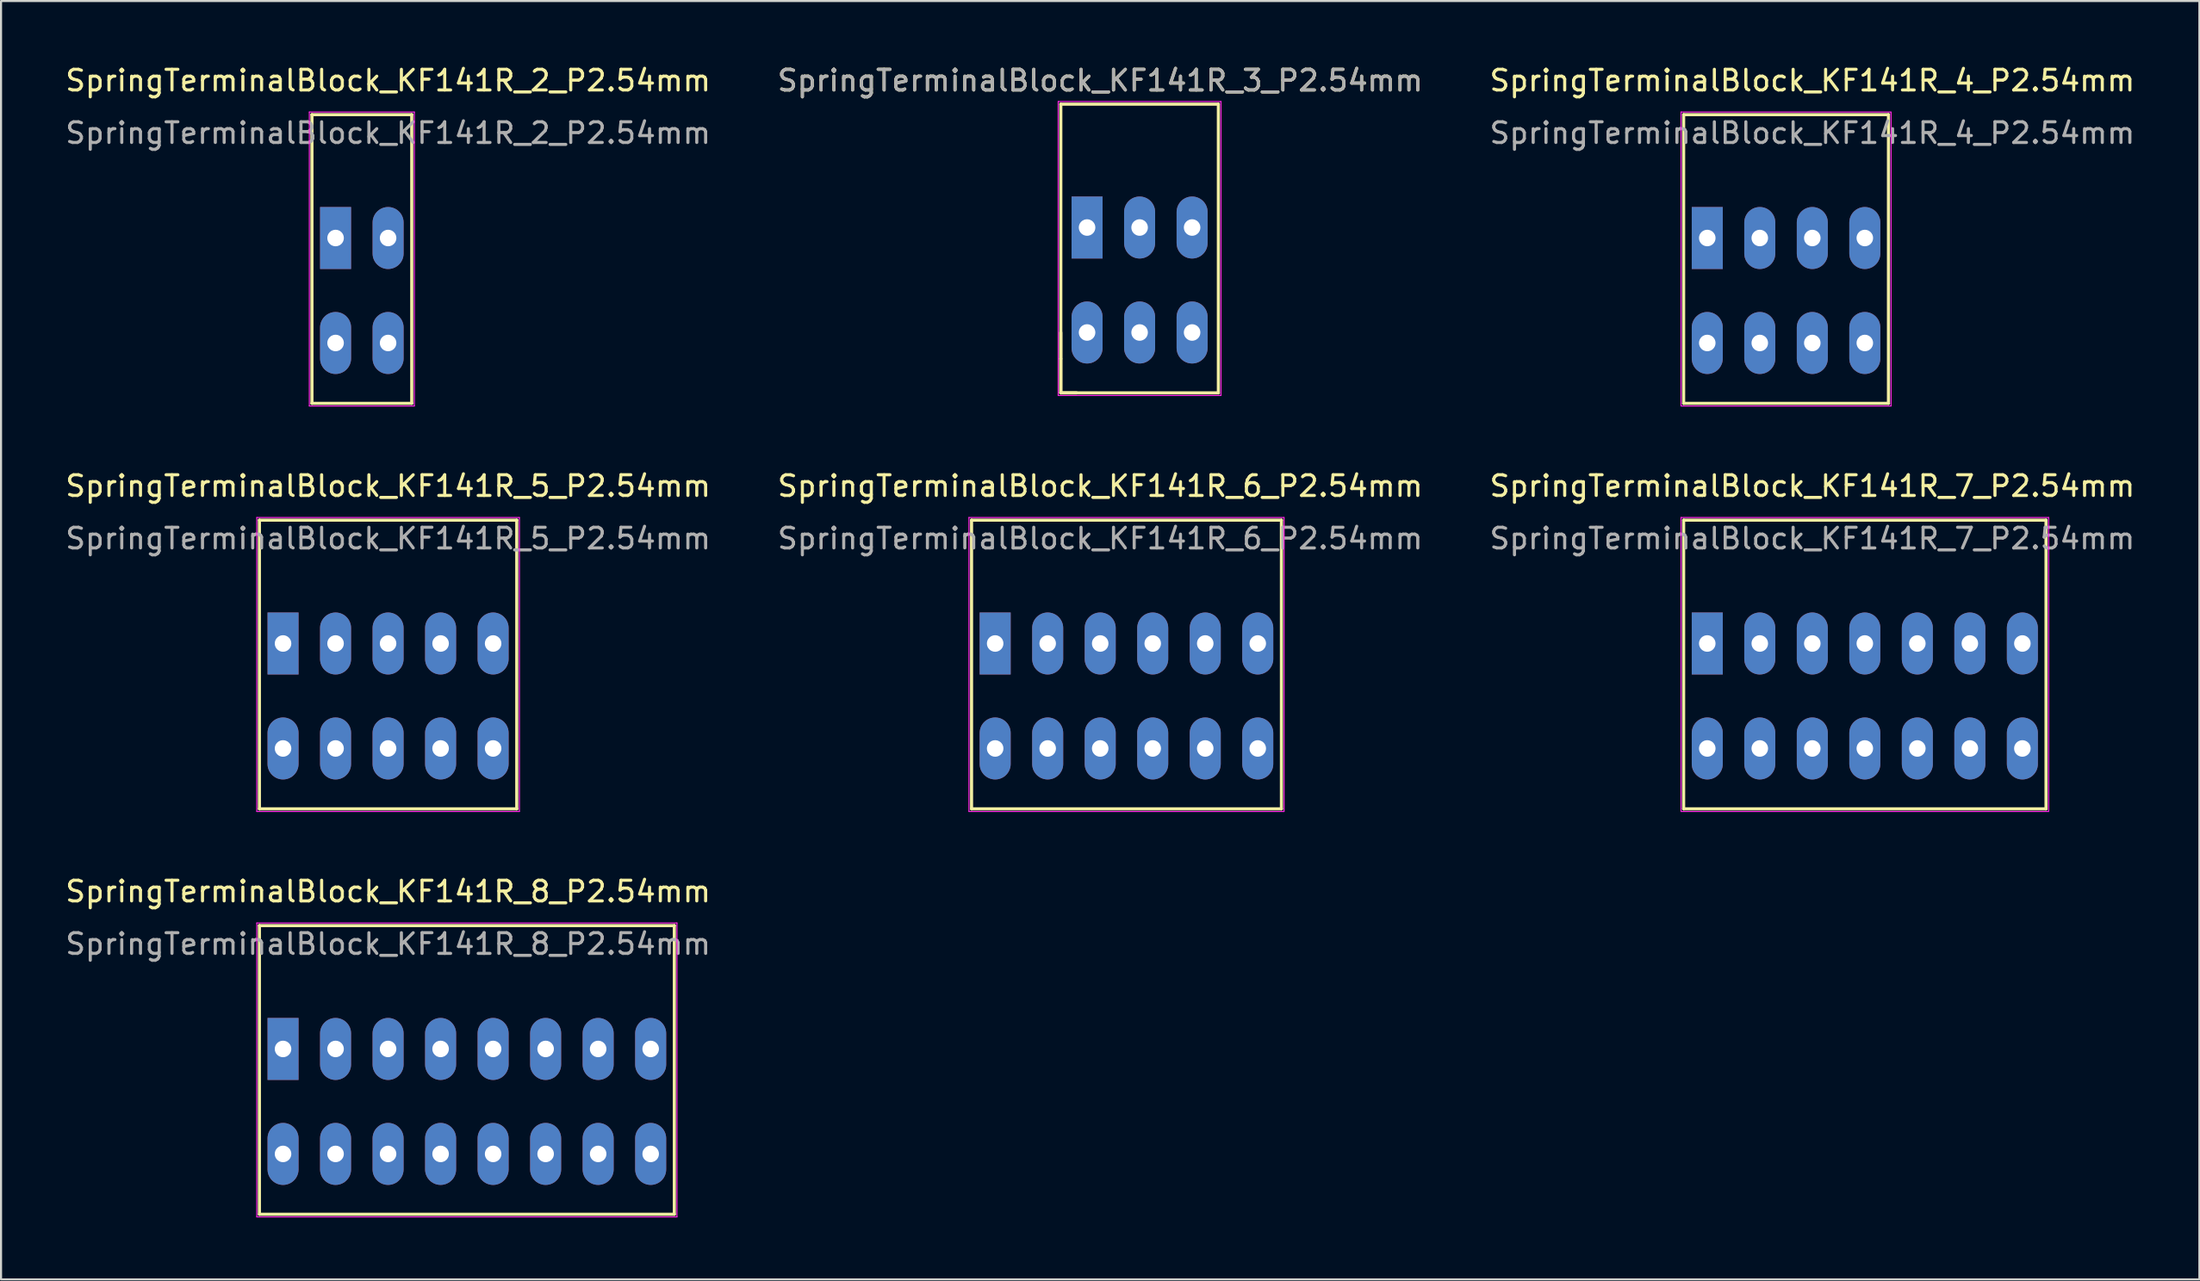
<source format=kicad_pcb>
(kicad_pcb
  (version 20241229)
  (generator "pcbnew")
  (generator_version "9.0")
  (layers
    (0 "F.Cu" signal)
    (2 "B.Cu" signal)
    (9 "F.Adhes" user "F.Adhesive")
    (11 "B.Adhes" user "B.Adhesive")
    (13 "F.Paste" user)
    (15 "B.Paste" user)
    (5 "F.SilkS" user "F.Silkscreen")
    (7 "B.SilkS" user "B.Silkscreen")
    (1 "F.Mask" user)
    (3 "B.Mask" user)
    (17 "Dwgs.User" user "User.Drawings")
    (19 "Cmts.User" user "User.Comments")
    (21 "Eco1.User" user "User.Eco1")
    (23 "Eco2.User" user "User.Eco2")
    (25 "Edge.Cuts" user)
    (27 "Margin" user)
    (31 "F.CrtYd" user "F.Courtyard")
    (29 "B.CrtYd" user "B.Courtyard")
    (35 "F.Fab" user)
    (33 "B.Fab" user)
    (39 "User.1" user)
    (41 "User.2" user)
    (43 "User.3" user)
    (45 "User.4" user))
  (footprint "SpringTerminalBlock_KF141R_3_P2.54mm"
    (layer "F.Cu")
    (at 52.002 10.5)
    (property "Reference" "SpringTerminalBlock_KF141R_3_P2.54mm" (at -1.841 -9.652 0) (layer "F.SilkS") (effects (font (size 1 1) (thickness 0.15))))
    (attr through_hole)
    (fp_line (start -3.747 2.54) (end -3.747 3.81) (stroke (width 0.15) (type solid)) (layer "F.SilkS"))
    (fp_line (start -3.747 3.81) (end -3.747 5.461) (stroke (width 0.15) (type solid)) (layer "F.SilkS"))
    (fp_line (start -3.747 5.461) (end -3.747 -8.509) (stroke (width 0.15) (type solid)) (layer "F.SilkS"))
    (fp_line (start -3.747 5.461) (end -2.985 5.461) (stroke (width 0.15) (type solid)) (layer "F.SilkS"))
    (fp_line (start 3.873 -8.509) (end -3.747 -8.509) (stroke (width 0.15) (type solid)) (layer "F.SilkS"))
    (fp_line (start 3.873 5.461) (end -3.747 5.461) (stroke (width 0.15) (type solid)) (layer "F.SilkS"))
    (fp_line (start 3.873 5.461) (end 3.873 -8.509) (stroke (width 0.15) (type solid)) (layer "F.SilkS"))
    (fp_line (start -3.873 -8.636) (end 4 -8.636) (stroke (width 0.05) (type solid)) (layer "F.CrtYd"))
    (fp_line (start -3.873 5.588) (end -3.873 -8.636) (stroke (width 0.05) (type solid)) (layer "F.CrtYd"))
    (fp_line (start 4 -8.636) (end 4 5.524) (stroke (width 0.05) (type solid)) (layer "F.CrtYd"))
    (fp_line (start 4 5.524) (end 4 5.588) (stroke (width 0.05) (type solid)) (layer "F.CrtYd"))
    (fp_line (start 4 5.588) (end -3.873 5.588) (stroke (width 0.05) (type solid)) (layer "F.CrtYd"))
    (fp_text user "${REFERENCE}" (at -1.841 -9.652 0) (layer "F.Fab") (effects (font (size 1 1) (thickness 0.15))))
    (pad "1" thru_hole rect (at -2.477 -2.54) (size 1.5 3) (drill 0.8) (layers "*.Cu" "*.Mask"))
    (pad "1" thru_hole oval (at -2.477 2.54) (size 1.5 3) (drill 0.8) (layers "*.Cu" "*.Mask"))
    (pad "2" thru_hole oval (at 0.064 -2.54) (size 1.5 3) (drill 0.8) (layers "*.Cu" "*.Mask"))
    (pad "2" thru_hole oval (at 0.064 2.54) (size 1.5 3) (drill 0.8) (layers "*.Cu" "*.Mask"))
    (pad "3" thru_hole oval (at 2.603 -2.54) (size 1.5 3) (drill 0.8) (layers "*.Cu" "*.Mask"))
    (pad "3" thru_hole oval (at 2.603 2.54) (size 1.5 3) (drill 0.8) (layers "*.Cu" "*.Mask")))
  (footprint "SpringTerminalBlock_KF141R_8_P2.54mm"
    (layer "F.Cu")
    (at 15.72 47.711)
    (property "Reference" "SpringTerminalBlock_KF141R_8_P2.54mm" (at 0 -7.62 0) (layer "F.SilkS") (effects (font (size 1 1) (thickness 0.15))))
    (attr through_hole)
    (fp_line (start -6.223 -5.969) (end 13.843 -5.969) (stroke (width 0.15) (type solid)) (layer "F.SilkS"))
    (fp_line (start -6.223 8.001) (end -6.223 -5.969) (stroke (width 0.15) (type solid)) (layer "F.SilkS"))
    (fp_line (start 13.843 -5.969) (end 13.843 8.001) (stroke (width 0.15) (type solid)) (layer "F.SilkS"))
    (fp_line (start 13.843 8.001) (end -6.223 8.001) (stroke (width 0.15) (type solid)) (layer "F.SilkS"))
    (fp_line (start -6.35 -6.096) (end -6.35 8.128) (stroke (width 0.05) (type solid)) (layer "F.CrtYd"))
    (fp_line (start 13.97 -6.096) (end -6.35 -6.096) (stroke (width 0.05) (type solid)) (layer "F.CrtYd"))
    (fp_line (start 13.97 -6.096) (end 13.97 8.128) (stroke (width 0.05) (type solid)) (layer "F.CrtYd"))
    (fp_line (start 13.97 8.128) (end -6.35 8.128) (stroke (width 0.05) (type solid)) (layer "F.CrtYd"))
    (fp_text user "${REFERENCE}" (at 0 -5.08 0) (layer "F.Fab") (effects (font (size 1 1) (thickness 0.15))))
    (pad "1" thru_hole rect (at -5.081 0) (size 1.5 3) (drill 0.8) (layers "*.Cu" "*.Mask"))
    (pad "1" thru_hole oval (at -5.081 5.08) (size 1.5 3) (drill 0.8) (layers "*.Cu" "*.Mask"))
    (pad "2" thru_hole oval (at -2.541 0) (size 1.5 3) (drill 0.8) (layers "*.Cu" "*.Mask"))
    (pad "2" thru_hole oval (at -2.541 5.08) (size 1.5 3) (drill 0.8) (layers "*.Cu" "*.Mask"))
    (pad "3" thru_hole oval (at -0.001 0) (size 1.5 3) (drill 0.8) (layers "*.Cu" "*.Mask"))
    (pad "3" thru_hole oval (at -0.001 5.08) (size 1.5 3) (drill 0.8) (layers "*.Cu" "*.Mask"))
    (pad "4" thru_hole oval (at 2.539 0) (size 1.5 3) (drill 0.8) (layers "*.Cu" "*.Mask"))
    (pad "4" thru_hole oval (at 2.539 5.08) (size 1.5 3) (drill 0.8) (layers "*.Cu" "*.Mask"))
    (pad "5" thru_hole oval (at 5.079 0) (size 1.5 3) (drill 0.8) (layers "*.Cu" "*.Mask"))
    (pad "5" thru_hole oval (at 5.079 5.08) (size 1.5 3) (drill 0.8) (layers "*.Cu" "*.Mask"))
    (pad "6" thru_hole oval (at 7.619 0) (size 1.5 3) (drill 0.8) (layers "*.Cu" "*.Mask"))
    (pad "6" thru_hole oval (at 7.619 5.08) (size 1.5 3) (drill 0.8) (layers "*.Cu" "*.Mask"))
    (pad "7" thru_hole oval (at 10.159 0) (size 1.5 3) (drill 0.8) (layers "*.Cu" "*.Mask"))
    (pad "7" thru_hole oval (at 10.159 5.08) (size 1.5 3) (drill 0.8) (layers "*.Cu" "*.Mask"))
    (pad "8" thru_hole oval (at 12.699 0) (size 1.5 3) (drill 0.8) (layers "*.Cu" "*.Mask"))
    (pad "8" thru_hole oval (at 12.699 5.08) (size 1.5 3) (drill 0.8) (layers "*.Cu" "*.Mask")))
  (footprint "SpringTerminalBlock_KF141R_5_P2.54mm"
    (layer "F.Cu")
    (at 15.72 28.09)
    (property "Reference" "SpringTerminalBlock_KF141R_5_P2.54mm" (at 0 -7.62 0) (layer "F.SilkS") (effects (font (size 1 1) (thickness 0.15))))
    (attr through_hole)
    (fp_line (start -6.223 -5.969) (end 6.223 -5.969) (stroke (width 0.15) (type solid)) (layer "F.SilkS"))
    (fp_line (start -6.223 8.001) (end -6.223 -5.969) (stroke (width 0.15) (type solid)) (layer "F.SilkS"))
    (fp_line (start 6.222 8.001) (end 6.222 -5.969) (stroke (width 0.15) (type solid)) (layer "F.SilkS"))
    (fp_line (start 6.223 8.001) (end -6.223 8.001) (stroke (width 0.15) (type solid)) (layer "F.SilkS"))
    (fp_line (start -6.35 -6.096) (end -6.35 8.128) (stroke (width 0.05) (type solid)) (layer "F.CrtYd"))
    (fp_line (start -6.35 -6.096) (end 6.35 -6.096) (stroke (width 0.05) (type solid)) (layer "F.CrtYd"))
    (fp_line (start -6.35 8.128) (end 6.35 8.128) (stroke (width 0.05) (type solid)) (layer "F.CrtYd"))
    (fp_line (start 6.35 -6.096) (end 6.35 8.128) (stroke (width 0.05) (type solid)) (layer "F.CrtYd"))
    (fp_text user "${REFERENCE}" (at 0 -5.08 0) (layer "F.Fab") (effects (font (size 1 1) (thickness 0.15))))
    (pad "1" thru_hole rect (at -5.081 0) (size 1.5 3) (drill 0.8) (layers "*.Cu" "*.Mask"))
    (pad "1" thru_hole oval (at -5.081 5.08) (size 1.5 3) (drill 0.8) (layers "*.Cu" "*.Mask"))
    (pad "2" thru_hole oval (at -2.541 0) (size 1.5 3) (drill 0.8) (layers "*.Cu" "*.Mask"))
    (pad "2" thru_hole oval (at -2.541 5.08) (size 1.5 3) (drill 0.8) (layers "*.Cu" "*.Mask"))
    (pad "3" thru_hole oval (at -0.001 0) (size 1.5 3) (drill 0.8) (layers "*.Cu" "*.Mask"))
    (pad "3" thru_hole oval (at -0.001 5.08) (size 1.5 3) (drill 0.8) (layers "*.Cu" "*.Mask"))
    (pad "4" thru_hole oval (at 2.539 0) (size 1.5 3) (drill 0.8) (layers "*.Cu" "*.Mask"))
    (pad "4" thru_hole oval (at 2.539 5.08) (size 1.5 3) (drill 0.8) (layers "*.Cu" "*.Mask"))
    (pad "5" thru_hole oval (at 5.079 0) (size 1.5 3) (drill 0.8) (layers "*.Cu" "*.Mask"))
    (pad "5" thru_hole oval (at 5.079 5.08) (size 1.5 3) (drill 0.8) (layers "*.Cu" "*.Mask")))
  (footprint "SpringTerminalBlock_KF141R_7_P2.54mm"
    (layer "F.Cu")
    (at 84.601 28.09)
    (property "Reference" "SpringTerminalBlock_KF141R_7_P2.54mm" (at 0 -7.62 0) (layer "F.SilkS") (effects (font (size 1 1) (thickness 0.15))))
    (attr through_hole)
    (fp_line (start -6.223 8.001) (end -6.223 -5.969) (stroke (width 0.15) (type solid)) (layer "F.SilkS"))
    (fp_line (start -6.223 8.001) (end 11.303 8.001) (stroke (width 0.15) (type solid)) (layer "F.SilkS"))
    (fp_line (start 11.303 -5.969) (end -6.223 -5.969) (stroke (width 0.15) (type solid)) (layer "F.SilkS"))
    (fp_line (start 11.303 -5.969) (end 11.303 8.001) (stroke (width 0.15) (type solid)) (layer "F.SilkS"))
    (fp_line (start -6.35 -6.096) (end -6.35 8.128) (stroke (width 0.05) (type solid)) (layer "F.CrtYd"))
    (fp_line (start -6.35 -6.096) (end 11.43 -6.096) (stroke (width 0.05) (type solid)) (layer "F.CrtYd"))
    (fp_line (start -6.35 8.128) (end 11.43 8.128) (stroke (width 0.05) (type solid)) (layer "F.CrtYd"))
    (fp_line (start 11.43 -6.096) (end 11.43 8.128) (stroke (width 0.05) (type solid)) (layer "F.CrtYd"))
    (fp_text user "${REFERENCE}" (at 0 -5.08 0) (layer "F.Fab") (effects (font (size 1 1) (thickness 0.15))))
    (pad "1" thru_hole rect (at -5.081 0) (size 1.5 3) (drill 0.8) (layers "*.Cu" "*.Mask"))
    (pad "1" thru_hole oval (at -5.081 5.08) (size 1.5 3) (drill 0.8) (layers "*.Cu" "*.Mask"))
    (pad "2" thru_hole oval (at -2.541 0) (size 1.5 3) (drill 0.8) (layers "*.Cu" "*.Mask"))
    (pad "2" thru_hole oval (at -2.541 5.08) (size 1.5 3) (drill 0.8) (layers "*.Cu" "*.Mask"))
    (pad "3" thru_hole oval (at -0.001 0) (size 1.5 3) (drill 0.8) (layers "*.Cu" "*.Mask"))
    (pad "3" thru_hole oval (at -0.001 5.08) (size 1.5 3) (drill 0.8) (layers "*.Cu" "*.Mask"))
    (pad "4" thru_hole oval (at 2.539 0) (size 1.5 3) (drill 0.8) (layers "*.Cu" "*.Mask"))
    (pad "4" thru_hole oval (at 2.539 5.08) (size 1.5 3) (drill 0.8) (layers "*.Cu" "*.Mask"))
    (pad "5" thru_hole oval (at 5.079 0) (size 1.5 3) (drill 0.8) (layers "*.Cu" "*.Mask"))
    (pad "5" thru_hole oval (at 5.079 5.08) (size 1.5 3) (drill 0.8) (layers "*.Cu" "*.Mask"))
    (pad "6" thru_hole oval (at 7.619 0) (size 1.5 3) (drill 0.8) (layers "*.Cu" "*.Mask"))
    (pad "6" thru_hole oval (at 7.619 5.08) (size 1.5 3) (drill 0.8) (layers "*.Cu" "*.Mask"))
    (pad "7" thru_hole oval (at 10.159 0) (size 1.5 3) (drill 0.8) (layers "*.Cu" "*.Mask"))
    (pad "7" thru_hole oval (at 10.159 5.08) (size 1.5 3) (drill 0.8) (layers "*.Cu" "*.Mask")))
  (footprint "SpringTerminalBlock_KF141R_4_P2.54mm"
    (layer "F.Cu")
    (at 84.601 8.468)
    (property "Reference" "SpringTerminalBlock_KF141R_4_P2.54mm" (at 0 -7.62 0) (layer "F.SilkS") (effects (font (size 1 1) (thickness 0.15))))
    (attr through_hole)
    (fp_line (start -6.223 -5.969) (end 3.683 -5.969) (stroke (width 0.15) (type solid)) (layer "F.SilkS"))
    (fp_line (start -6.223 8.001) (end -6.223 -5.969) (stroke (width 0.15) (type solid)) (layer "F.SilkS"))
    (fp_line (start 3.682 8.001) (end 3.682 -5.969) (stroke (width 0.15) (type solid)) (layer "F.SilkS"))
    (fp_line (start 3.683 8.001) (end -6.223 8.001) (stroke (width 0.15) (type solid)) (layer "F.SilkS"))
    (fp_line (start -6.35 -6.096) (end -6.35 8.128) (stroke (width 0.05) (type solid)) (layer "F.CrtYd"))
    (fp_line (start -6.35 -6.096) (end 3.81 -6.096) (stroke (width 0.05) (type solid)) (layer "F.CrtYd"))
    (fp_line (start 3.809 -6.032) (end 3.809 8.128) (stroke (width 0.05) (type solid)) (layer "F.CrtYd"))
    (fp_line (start 3.81 -6.083) (end 3.81 -6.007) (stroke (width 0.05) (type solid)) (layer "F.CrtYd"))
    (fp_line (start 3.81 8.128) (end -6.35 8.128) (stroke (width 0.05) (type solid)) (layer "F.CrtYd"))
    (fp_text user "${REFERENCE}" (at 0 -5.08 0) (layer "F.Fab") (effects (font (size 1 1) (thickness 0.15))))
    (pad "1" thru_hole rect (at -5.081 0) (size 1.5 3) (drill 0.8) (layers "*.Cu" "*.Mask"))
    (pad "1" thru_hole oval (at -5.081 5.08) (size 1.5 3) (drill 0.8) (layers "*.Cu" "*.Mask"))
    (pad "2" thru_hole oval (at -2.541 0) (size 1.5 3) (drill 0.8) (layers "*.Cu" "*.Mask"))
    (pad "2" thru_hole oval (at -2.541 5.08) (size 1.5 3) (drill 0.8) (layers "*.Cu" "*.Mask"))
    (pad "3" thru_hole oval (at -0.001 0) (size 1.5 3) (drill 0.8) (layers "*.Cu" "*.Mask"))
    (pad "3" thru_hole oval (at -0.001 5.08) (size 1.5 3) (drill 0.8) (layers "*.Cu" "*.Mask"))
    (pad "4" thru_hole oval (at 2.539 0) (size 1.5 3) (drill 0.8) (layers "*.Cu" "*.Mask"))
    (pad "4" thru_hole oval (at 2.539 5.08) (size 1.5 3) (drill 0.8) (layers "*.Cu" "*.Mask")))
  (footprint "SpringTerminalBlock_KF141R_6_P2.54mm"
    (layer "F.Cu")
    (at 50.161 28.09)
    (property "Reference" "SpringTerminalBlock_KF141R_6_P2.54mm" (at 0 -7.62 0) (layer "F.SilkS") (effects (font (size 1 1) (thickness 0.15))))
    (attr through_hole)
    (fp_line (start -6.223 -5.969) (end 8.763 -5.969) (stroke (width 0.15) (type solid)) (layer "F.SilkS"))
    (fp_line (start -6.223 8.001) (end -6.223 -5.969) (stroke (width 0.15) (type solid)) (layer "F.SilkS"))
    (fp_line (start 8.763 -5.969) (end 8.763 8.001) (stroke (width 0.15) (type solid)) (layer "F.SilkS"))
    (fp_line (start 8.763 8.001) (end -6.223 8.001) (stroke (width 0.15) (type solid)) (layer "F.SilkS"))
    (fp_line (start -6.35 -6.096) (end -6.35 8.128) (stroke (width 0.05) (type solid)) (layer "F.CrtYd"))
    (fp_line (start -6.35 -6.096) (end 8.89 -6.096) (stroke (width 0.05) (type solid)) (layer "F.CrtYd"))
    (fp_line (start 8.89 -6.096) (end 8.89 8.128) (stroke (width 0.05) (type solid)) (layer "F.CrtYd"))
    (fp_line (start 8.89 8.128) (end -6.35 8.128) (stroke (width 0.05) (type solid)) (layer "F.CrtYd"))
    (fp_text user "${REFERENCE}" (at 0 -5.08 0) (layer "F.Fab") (effects (font (size 1 1) (thickness 0.15))))
    (pad "1" thru_hole rect (at -5.081 0) (size 1.5 3) (drill 0.8) (layers "*.Cu" "*.Mask"))
    (pad "1" thru_hole oval (at -5.081 5.08) (size 1.5 3) (drill 0.8) (layers "*.Cu" "*.Mask"))
    (pad "2" thru_hole oval (at -2.541 0) (size 1.5 3) (drill 0.8) (layers "*.Cu" "*.Mask"))
    (pad "2" thru_hole oval (at -2.541 5.08) (size 1.5 3) (drill 0.8) (layers "*.Cu" "*.Mask"))
    (pad "3" thru_hole oval (at -0.001 0) (size 1.5 3) (drill 0.8) (layers "*.Cu" "*.Mask"))
    (pad "3" thru_hole oval (at -0.001 5.08) (size 1.5 3) (drill 0.8) (layers "*.Cu" "*.Mask"))
    (pad "4" thru_hole oval (at 2.539 0) (size 1.5 3) (drill 0.8) (layers "*.Cu" "*.Mask"))
    (pad "4" thru_hole oval (at 2.539 5.08) (size 1.5 3) (drill 0.8) (layers "*.Cu" "*.Mask"))
    (pad "5" thru_hole oval (at 5.079 0) (size 1.5 3) (drill 0.8) (layers "*.Cu" "*.Mask"))
    (pad "5" thru_hole oval (at 5.079 5.08) (size 1.5 3) (drill 0.8) (layers "*.Cu" "*.Mask"))
    (pad "6" thru_hole oval (at 7.619 0) (size 1.5 3) (drill 0.8) (layers "*.Cu" "*.Mask"))
    (pad "6" thru_hole oval (at 7.619 5.08) (size 1.5 3) (drill 0.8) (layers "*.Cu" "*.Mask")))
  (footprint "SpringTerminalBlock_KF141R_2_P2.54mm"
    (layer "F.Cu")
    (at 18.26 8.468)
    (property "Reference" "SpringTerminalBlock_KF141R_2_P2.54mm" (at -2.54 -7.62 0) (layer "F.SilkS") (effects (font (size 1 1) (thickness 0.15))))
    (attr through_hole)
    (fp_line (start -6.223 -5.969) (end -1.397 -5.969) (stroke (width 0.15) (type solid)) (layer "F.SilkS"))
    (fp_line (start -6.223 8.001) (end -6.223 -5.969) (stroke (width 0.15) (type solid)) (layer "F.SilkS"))
    (fp_line (start -1.397 -5.969) (end -1.397 8.001) (stroke (width 0.15) (type solid)) (layer "F.SilkS"))
    (fp_line (start -1.397 8.001) (end -6.223 8.001) (stroke (width 0.15) (type solid)) (layer "F.SilkS"))
    (fp_line (start -6.35 -6.096) (end -1.27 -6.096) (stroke (width 0.05) (type solid)) (layer "F.CrtYd"))
    (fp_line (start -6.35 8.128) (end -1.27 8.128) (stroke (width 0.05) (type solid)) (layer "F.CrtYd"))
    (fp_line (start -6.35 8.128) (end -6.35 -6.096) (stroke (width 0.05) (type solid)) (layer "F.CrtYd"))
    (fp_line (start -1.27 8.128) (end -1.27 -6.096) (stroke (width 0.05) (type solid)) (layer "F.CrtYd"))
    (fp_text user "${REFERENCE}" (at -2.54 -5.08 0) (layer "F.Fab") (effects (font (size 1 1) (thickness 0.15))))
    (pad "1" thru_hole rect (at -5.08 0) (size 1.5 3) (drill 0.8) (layers "*.Cu" "*.Mask"))
    (pad "1" thru_hole oval (at -5.08 5.08) (size 1.5 3) (drill 0.8) (layers "*.Cu" "*.Mask"))
    (pad "2" thru_hole oval (at -2.54 0) (size 1.5 3) (drill 0.8) (layers "*.Cu" "*.Mask"))
    (pad "2" thru_hole oval (at -2.54 5.08) (size 1.5 3) (drill 0.8) (layers "*.Cu" "*.Mask")))
  (gr_rect
    (start -3 -3)
    (end 103.321 58.864)
    (stroke (width 0.1) (type default))
    (fill no)
    (layer "Edge.Cuts")))
</source>
